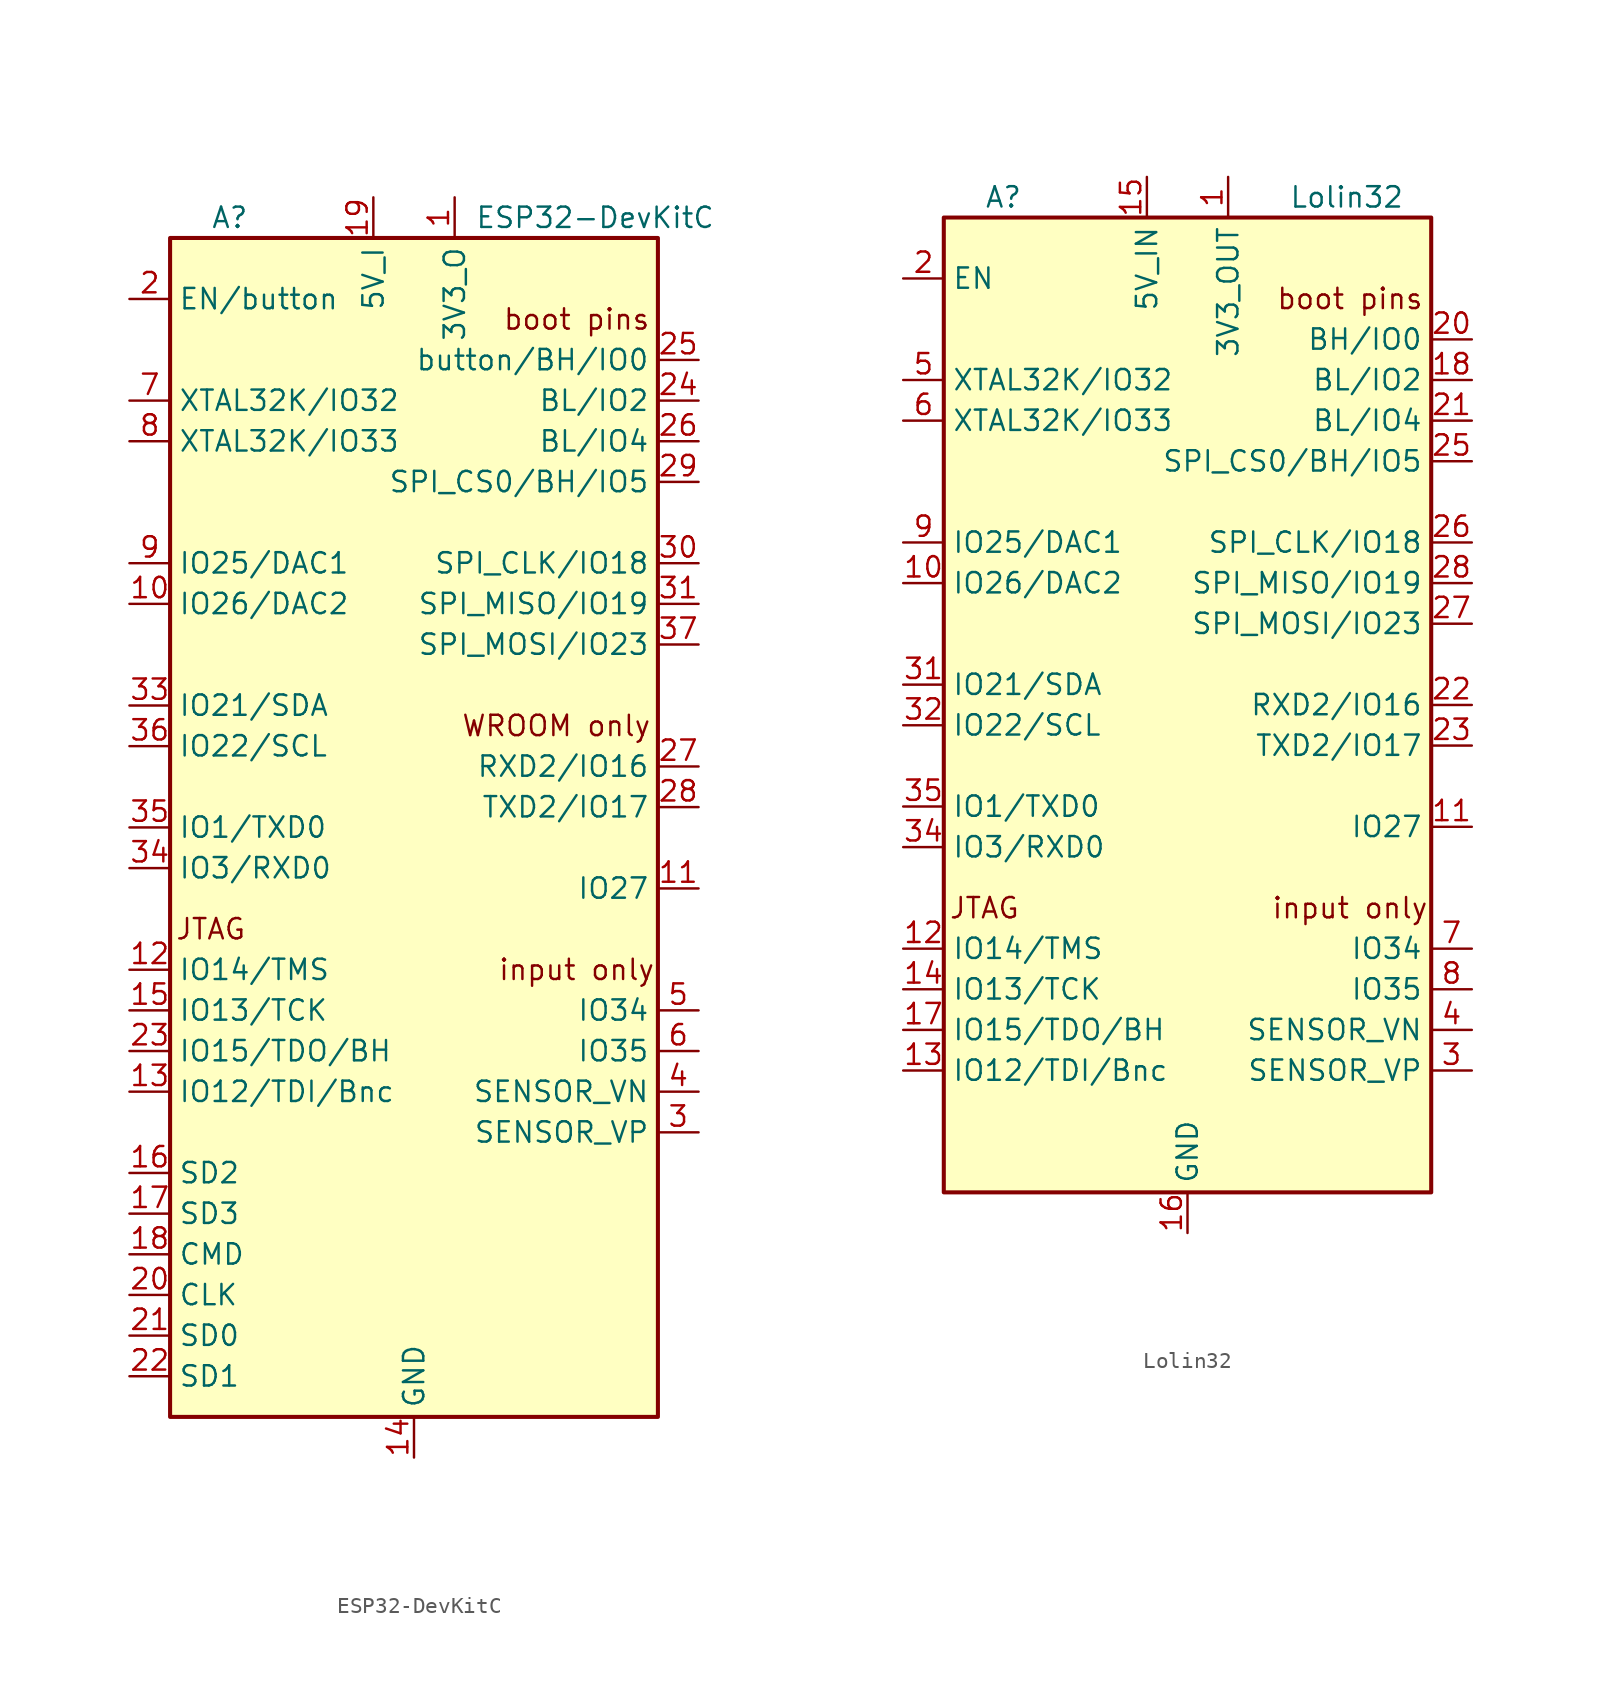
<source format=kicad_sym>
(kicad_symbol_lib
  (version 20211014)
  (generator kicad_symbol_editor)
  (symbol "ESP32-DevKitC"
    (property "Reference" "A"
      (at -12.7 31.75 0)
      (effects (font (size 1.27 1.27)) (justify left)))
    (property "Value" "ESP32-DevKitC"
      (at 3.81 31.75 0)
      (effects (font (size 1.27 1.27)) (justify left)))
    (symbol "ESP32-DevKitC_0_0"
      (text "boot pins" (at 10.16 25.4 0) (effects (font (size 1.27 1.27))))
      (text "input only" (at 10.16 -15.24 0) (effects (font (size 1.27 1.27))))
      (text "JTAG" (at -12.7 -12.7 0) (effects (font (size 1.27 1.27))))
      (text "WROOM only" (at 8.89 0 0) (effects (font (size 1.27 1.27)))))
    (symbol "ESP32-DevKitC_0_1"
      (rectangle (start -15.24 30.48) (end 15.24 -43.18) (stroke (width 0.254) (type default) (color 0 0 0 0)) (fill (type background))))
    (symbol "ESP32-DevKitC_1_1"
      (pin power_out line (at 2.54 33.02 270) (length 2.54) (name "3V3_O" (effects (font (size 1.27 1.27)))) (number "1" (effects (font (size 1.27 1.27)))))
      (pin bidirectional line (at -17.78 7.62 0) (length 2.54) (name "IO26/DAC2" (effects (font (size 1.27 1.27)))) (number "10" (effects (font (size 1.27 1.27)))))
      (pin bidirectional line (at 17.78 -10.16 180) (length 2.54) (name "IO27" (effects (font (size 1.27 1.27)))) (number "11" (effects (font (size 1.27 1.27)))))
      (pin bidirectional line (at -17.78 -15.24 0) (length 2.54) (name "IO14/TMS" (effects (font (size 1.27 1.27)))) (number "12" (effects (font (size 1.27 1.27)))))
      (pin bidirectional line (at -17.78 -22.86 0) (length 2.54) (name "IO12/TDI/Bnc" (effects (font (size 1.27 1.27)))) (number "13" (effects (font (size 1.27 1.27)))))
      (pin power_in line (at 0 -45.72 90) (length 2.54) (name "GND" (effects (font (size 1.27 1.27)))) (number "14" (effects (font (size 1.27 1.27)))))
      (pin bidirectional line (at -17.78 -17.78 0) (length 2.54) (name "IO13/TCK" (effects (font (size 1.27 1.27)))) (number "15" (effects (font (size 1.27 1.27)))))
      (pin bidirectional line (at -17.78 -27.94 0) (length 2.54) (name "SD2" (effects (font (size 1.27 1.27)))) (number "16" (effects (font (size 1.27 1.27)))))
      (pin bidirectional line (at -17.78 -30.48 0) (length 2.54) (name "SD3" (effects (font (size 1.27 1.27)))) (number "17" (effects (font (size 1.27 1.27)))))
      (pin bidirectional line (at -17.78 -33.02 0) (length 2.54) (name "CMD" (effects (font (size 1.27 1.27)))) (number "18" (effects (font (size 1.27 1.27)))))
      (pin power_in line (at -2.54 33.02 270) (length 2.54) (name "5V_I" (effects (font (size 1.27 1.27)))) (number "19" (effects (font (size 1.27 1.27)))))
      (pin input line (at -17.78 26.67 0) (length 2.54) (name "EN/button" (effects (font (size 1.27 1.27)))) (number "2" (effects (font (size 1.27 1.27)))))
      (pin bidirectional line (at -17.78 -35.56 0) (length 2.54) (name "CLK" (effects (font (size 1.27 1.27)))) (number "20" (effects (font (size 1.27 1.27)))))
      (pin bidirectional line (at -17.78 -38.1 0) (length 2.54) (name "SD0" (effects (font (size 1.27 1.27)))) (number "21" (effects (font (size 1.27 1.27)))))
      (pin bidirectional line (at -17.78 -40.64 0) (length 2.54) (name "SD1" (effects (font (size 1.27 1.27)))) (number "22" (effects (font (size 1.27 1.27)))))
      (pin bidirectional line (at -17.78 -20.32 0) (length 2.54) (name "IO15/TDO/BH" (effects (font (size 1.27 1.27)))) (number "23" (effects (font (size 1.27 1.27)))))
      (pin bidirectional line (at 17.78 20.32 180) (length 2.54) (name "BL/IO2" (effects (font (size 1.27 1.27)))) (number "24" (effects (font (size 1.27 1.27)))))
      (pin bidirectional line (at 17.78 22.86 180) (length 2.54) (name "button/BH/IO0" (effects (font (size 1.27 1.27)))) (number "25" (effects (font (size 1.27 1.27)))))
      (pin bidirectional line (at 17.78 17.78 180) (length 2.54) (name "BL/IO4" (effects (font (size 1.27 1.27)))) (number "26" (effects (font (size 1.27 1.27)))))
      (pin bidirectional line (at 17.78 -2.54 180) (length 2.54) (name "RXD2/IO16" (effects (font (size 1.27 1.27)))) (number "27" (effects (font (size 1.27 1.27)))))
      (pin bidirectional line (at 17.78 -5.08 180) (length 2.54) (name "TXD2/IO17" (effects (font (size 1.27 1.27)))) (number "28" (effects (font (size 1.27 1.27)))))
      (pin bidirectional line (at 17.78 15.24 180) (length 2.54) (name "SPI_CS0/BH/IO5" (effects (font (size 1.27 1.27)))) (number "29" (effects (font (size 1.27 1.27)))))
      (pin input line (at 17.78 -25.4 180) (length 2.54) (name "SENSOR_VP" (effects (font (size 1.27 1.27)))) (number "3" (effects (font (size 1.27 1.27)))))
      (pin bidirectional line (at 17.78 10.16 180) (length 2.54) (name "SPI_CLK/IO18" (effects (font (size 1.27 1.27)))) (number "30" (effects (font (size 1.27 1.27)))))
      (pin bidirectional line (at 17.78 7.62 180) (length 2.54) (name "SPI_MISO/IO19" (effects (font (size 1.27 1.27)))) (number "31" (effects (font (size 1.27 1.27)))))
      (pin passive line (at 0 -45.72 90) (length 2.54) hide (name "GND" (effects (font (size 1.27 1.27)))) (number "32" (effects (font (size 1.27 1.27)))))
      (pin bidirectional line (at -17.78 1.27 0) (length 2.54) (name "IO21/SDA" (effects (font (size 1.27 1.27)))) (number "33" (effects (font (size 1.27 1.27)))))
      (pin bidirectional line (at -17.78 -8.89 0) (length 2.54) (name "IO3/RXD0" (effects (font (size 1.27 1.27)))) (number "34" (effects (font (size 1.27 1.27)))))
      (pin bidirectional line (at -17.78 -6.35 0) (length 2.54) (name "IO1/TXD0" (effects (font (size 1.27 1.27)))) (number "35" (effects (font (size 1.27 1.27)))))
      (pin bidirectional line (at -17.78 -1.27 0) (length 2.54) (name "IO22/SCL" (effects (font (size 1.27 1.27)))) (number "36" (effects (font (size 1.27 1.27)))))
      (pin bidirectional line (at 17.78 5.08 180) (length 2.54) (name "SPI_MOSI/IO23" (effects (font (size 1.27 1.27)))) (number "37" (effects (font (size 1.27 1.27)))))
      (pin passive line (at 0 -45.72 90) (length 2.54) hide (name "GND" (effects (font (size 1.27 1.27)))) (number "38" (effects (font (size 1.27 1.27)))))
      (pin input line (at 17.78 -22.86 180) (length 2.54) (name "SENSOR_VN" (effects (font (size 1.27 1.27)))) (number "4" (effects (font (size 1.27 1.27)))))
      (pin input line (at 17.78 -17.78 180) (length 2.54) (name "IO34" (effects (font (size 1.27 1.27)))) (number "5" (effects (font (size 1.27 1.27)))))
      (pin input line (at 17.78 -20.32 180) (length 2.54) (name "IO35" (effects (font (size 1.27 1.27)))) (number "6" (effects (font (size 1.27 1.27)))))
      (pin bidirectional line (at -17.78 20.32 0) (length 2.54) (name "XTAL32K/IO32" (effects (font (size 1.27 1.27)))) (number "7" (effects (font (size 1.27 1.27)))))
      (pin bidirectional line (at -17.78 17.78 0) (length 2.54) (name "XTAL32K/IO33" (effects (font (size 1.27 1.27)))) (number "8" (effects (font (size 1.27 1.27)))))
      (pin bidirectional line (at -17.78 10.16 0) (length 2.54) (name "IO25/DAC1" (effects (font (size 1.27 1.27)))) (number "9" (effects (font (size 1.27 1.27)))))))
  (symbol "Lolin32"
    (property "Reference" "A"
      (at -12.7 31.75 0)
      (effects (font (size 1.27 1.27)) (justify left)))
    (property "Value" "Lolin32"
      (at 6.35 31.75 0)
      (effects (font (size 1.27 1.27)) (justify left)))
    (symbol "Lolin32_0_0"
      (text "boot pins" (at 10.16 25.4 0) (effects (font (size 1.27 1.27))))
      (text "input only" (at 10.16 -12.7 0) (effects (font (size 1.27 1.27))))
      (text "JTAG" (at -12.7 -12.7 0) (effects (font (size 1.27 1.27)))))
    (symbol "Lolin32_0_1"
      (rectangle (start -15.24 30.48) (end 15.24 -30.48) (stroke (width 0.254) (type default) (color 0 0 0 0)) (fill (type background))))
    (symbol "Lolin32_1_1"
      (pin power_out line (at 2.54 33.02 270) (length 2.54) (name "3V3_OUT" (effects (font (size 1.27 1.27)))) (number "1" (effects (font (size 1.27 1.27)))))
      (pin bidirectional line (at -17.78 7.62 0) (length 2.54) (name "IO26/DAC2" (effects (font (size 1.27 1.27)))) (number "10" (effects (font (size 1.27 1.27)))))
      (pin bidirectional line (at 17.78 -7.62 180) (length 2.54) (name "IO27" (effects (font (size 1.27 1.27)))) (number "11" (effects (font (size 1.27 1.27)))))
      (pin bidirectional line (at -17.78 -15.24 0) (length 2.54) (name "IO14/TMS" (effects (font (size 1.27 1.27)))) (number "12" (effects (font (size 1.27 1.27)))))
      (pin bidirectional line (at -17.78 -22.86 0) (length 2.54) (name "IO12/TDI/Bnc" (effects (font (size 1.27 1.27)))) (number "13" (effects (font (size 1.27 1.27)))))
      (pin bidirectional line (at -17.78 -17.78 0) (length 2.54) (name "IO13/TCK" (effects (font (size 1.27 1.27)))) (number "14" (effects (font (size 1.27 1.27)))))
      (pin power_in line (at -2.54 33.02 270) (length 2.54) (name "5V_IN" (effects (font (size 1.27 1.27)))) (number "15" (effects (font (size 1.27 1.27)))))
      (pin power_in line (at 0 -33.02 90) (length 2.54) (name "GND" (effects (font (size 1.27 1.27)))) (number "16" (effects (font (size 1.27 1.27)))))
      (pin bidirectional line (at -17.78 -20.32 0) (length 2.54) (name "IO15/TDO/BH" (effects (font (size 1.27 1.27)))) (number "17" (effects (font (size 1.27 1.27)))))
      (pin bidirectional line (at 17.78 20.32 180) (length 2.54) (name "BL/IO2" (effects (font (size 1.27 1.27)))) (number "18" (effects (font (size 1.27 1.27)))))
      (pin passive line (at 0 -33.02 90) (length 2.54) hide (name "GND" (effects (font (size 1.27 1.27)))) (number "19" (effects (font (size 1.27 1.27)))))
      (pin input line (at -17.78 26.67 0) (length 2.54) (name "EN" (effects (font (size 1.27 1.27)))) (number "2" (effects (font (size 1.27 1.27)))))
      (pin bidirectional line (at 17.78 22.86 180) (length 2.54) (name "BH/IO0" (effects (font (size 1.27 1.27)))) (number "20" (effects (font (size 1.27 1.27)))))
      (pin bidirectional line (at 17.78 17.78 180) (length 2.54) (name "BL/IO4" (effects (font (size 1.27 1.27)))) (number "21" (effects (font (size 1.27 1.27)))))
      (pin bidirectional line (at 17.78 0 180) (length 2.54) (name "RXD2/IO16" (effects (font (size 1.27 1.27)))) (number "22" (effects (font (size 1.27 1.27)))))
      (pin bidirectional line (at 17.78 -2.54 180) (length 2.54) (name "TXD2/IO17" (effects (font (size 1.27 1.27)))) (number "23" (effects (font (size 1.27 1.27)))))
      (pin passive line (at 2.54 33.02 270) (length 2.54) hide (name "3V3_OUT" (effects (font (size 1.27 1.27)))) (number "24" (effects (font (size 1.27 1.27)))))
      (pin bidirectional line (at 17.78 15.24 180) (length 2.54) (name "SPI_CS0/BH/IO5" (effects (font (size 1.27 1.27)))) (number "25" (effects (font (size 1.27 1.27)))))
      (pin bidirectional line (at 17.78 10.16 180) (length 2.54) (name "SPI_CLK/IO18" (effects (font (size 1.27 1.27)))) (number "26" (effects (font (size 1.27 1.27)))))
      (pin bidirectional line (at 17.78 5.08 180) (length 2.54) (name "SPI_MOSI/IO23" (effects (font (size 1.27 1.27)))) (number "27" (effects (font (size 1.27 1.27)))))
      (pin bidirectional line (at 17.78 7.62 180) (length 2.54) (name "SPI_MISO/IO19" (effects (font (size 1.27 1.27)))) (number "28" (effects (font (size 1.27 1.27)))))
      (pin passive line (at 0 -33.02 90) (length 2.54) hide (name "GND" (effects (font (size 1.27 1.27)))) (number "29" (effects (font (size 1.27 1.27)))))
      (pin input line (at 17.78 -22.86 180) (length 2.54) (name "SENSOR_VP" (effects (font (size 1.27 1.27)))) (number "3" (effects (font (size 1.27 1.27)))))
      (pin passive line (at 0 -33.02 90) (length 2.54) hide (name "GND" (effects (font (size 1.27 1.27)))) (number "30" (effects (font (size 1.27 1.27)))))
      (pin bidirectional line (at -17.78 1.27 0) (length 2.54) (name "IO21/SDA" (effects (font (size 1.27 1.27)))) (number "31" (effects (font (size 1.27 1.27)))))
      (pin bidirectional line (at -17.78 -1.27 0) (length 2.54) (name "IO22/SCL" (effects (font (size 1.27 1.27)))) (number "32" (effects (font (size 1.27 1.27)))))
      (pin passive line (at 2.54 33.02 270) (length 2.54) hide (name "3V3_OUT" (effects (font (size 1.27 1.27)))) (number "33" (effects (font (size 1.27 1.27)))))
      (pin bidirectional line (at -17.78 -8.89 0) (length 2.54) (name "IO3/RXD0" (effects (font (size 1.27 1.27)))) (number "34" (effects (font (size 1.27 1.27)))))
      (pin bidirectional line (at -17.78 -6.35 0) (length 2.54) (name "IO1/TXD0" (effects (font (size 1.27 1.27)))) (number "35" (effects (font (size 1.27 1.27)))))
      (pin passive line (at 0 -33.02 90) (length 2.54) hide (name "GND" (effects (font (size 1.27 1.27)))) (number "36" (effects (font (size 1.27 1.27)))))
      (pin input line (at 17.78 -20.32 180) (length 2.54) (name "SENSOR_VN" (effects (font (size 1.27 1.27)))) (number "4" (effects (font (size 1.27 1.27)))))
      (pin bidirectional line (at -17.78 20.32 0) (length 2.54) (name "XTAL32K/IO32" (effects (font (size 1.27 1.27)))) (number "5" (effects (font (size 1.27 1.27)))))
      (pin bidirectional line (at -17.78 17.78 0) (length 2.54) (name "XTAL32K/IO33" (effects (font (size 1.27 1.27)))) (number "6" (effects (font (size 1.27 1.27)))))
      (pin input line (at 17.78 -15.24 180) (length 2.54) (name "IO34" (effects (font (size 1.27 1.27)))) (number "7" (effects (font (size 1.27 1.27)))))
      (pin input line (at 17.78 -17.78 180) (length 2.54) (name "IO35" (effects (font (size 1.27 1.27)))) (number "8" (effects (font (size 1.27 1.27)))))
      (pin bidirectional line (at -17.78 10.16 0) (length 2.54) (name "IO25/DAC1" (effects (font (size 1.27 1.27)))) (number "9" (effects (font (size 1.27 1.27))))))))
</source>
